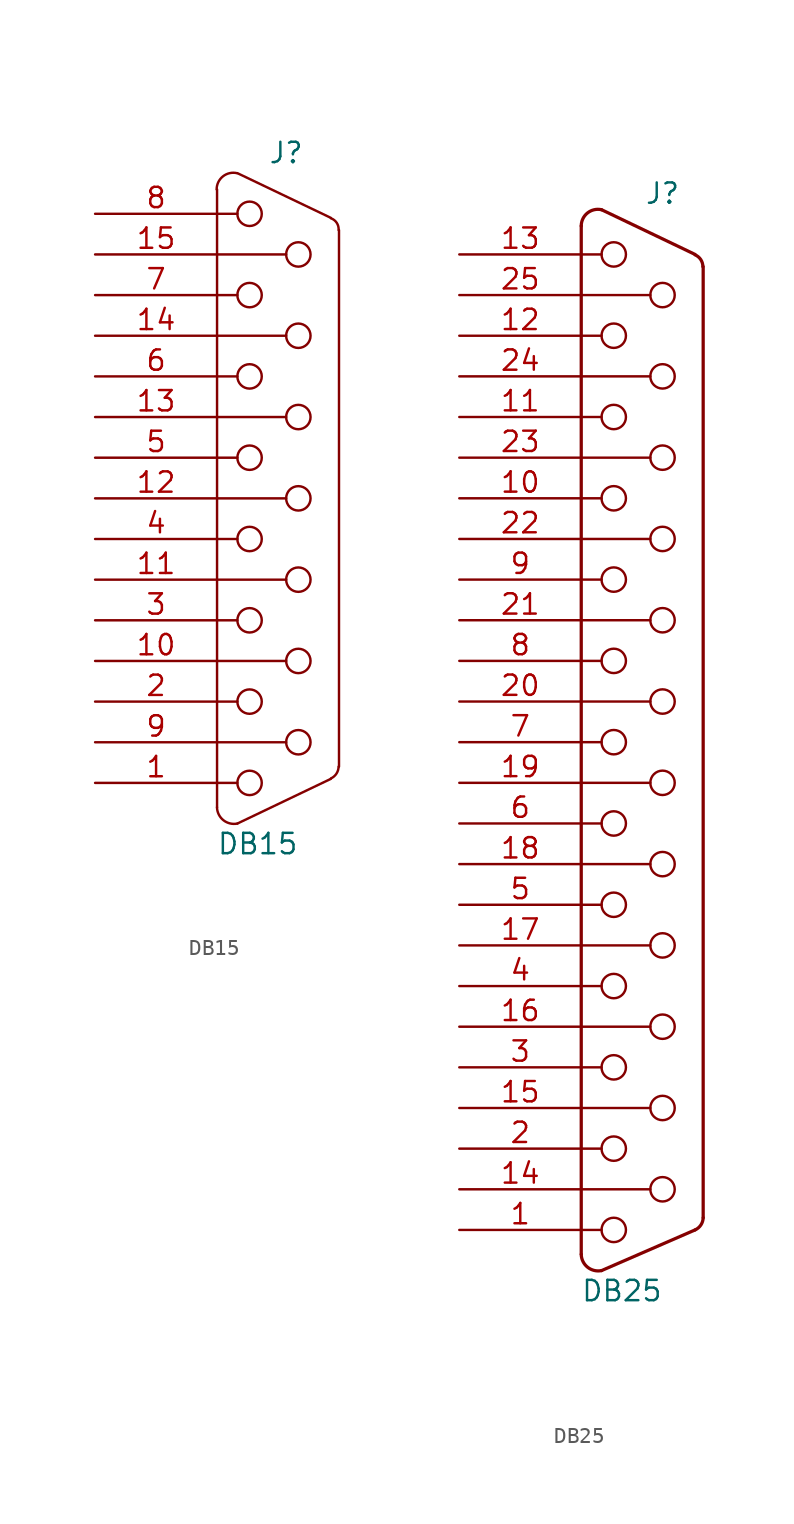
<source format=kicad_sym>
(kicad_symbol_lib
  (version 20231120)
  (generator "kicad_symbol_editor")
  (generator_version "8.0")
  (symbol "DB15"
    (pin_names
      (offset 1.016) hide)
    (property "Reference" "J"
      (at 0.508 21.59 0)
      (effects (font (size 1.27 1.27))))
    (property "Value" "DB15"
      (at -1.27 -21.59 0)
      (effects (font (size 1.27 1.27))))
    (property "Footprint" ""
      (at 0 0 0)
      (effects (font (size 1.27 1.27))))
    (property "Datasheet" ""
      (at 0 0 0)
      (effects (font (size 1.27 1.27))))
    (symbol "DB15_0_1"
      (arc (start -3.81 -19.304) (mid -3.4118 -20.1103) (end -2.54 -20.32) (stroke (width 0) (type solid)) (fill (type none)))
      (arc (start -2.5654 20.32) (mid -3.4446 20.1172) (end -3.8354 19.304) (stroke (width 0) (type solid)) (fill (type none)))
      (circle (center -1.778 -17.78) (radius 0.762) (stroke (width 0) (type solid)) (fill (type none)))
      (circle (center -1.778 -12.7) (radius 0.762) (stroke (width 0) (type solid)) (fill (type none)))
      (circle (center -1.778 -7.62) (radius 0.762) (stroke (width 0) (type solid)) (fill (type none)))
      (circle (center -1.778 -2.54) (radius 0.762) (stroke (width 0) (type solid)) (fill (type none)))
      (circle (center -1.778 2.54) (radius 0.762) (stroke (width 0) (type solid)) (fill (type none)))
      (circle (center -1.778 7.62) (radius 0.762) (stroke (width 0) (type solid)) (fill (type none)))
      (circle (center -1.778 12.7) (radius 0.762) (stroke (width 0) (type solid)) (fill (type none)))
      (circle (center -1.778 17.78) (radius 0.762) (stroke (width 0) (type solid)) (fill (type none)))
      (polyline (pts (xy -3.81 -19.304) (xy -3.81 19.304)) (stroke (width 0) (type solid)) (fill (type none)))
      (polyline (pts (xy -3.81 -17.78) (xy -2.54 -17.78)) (stroke (width 0) (type solid)) (fill (type none)))
      (polyline (pts (xy -3.81 -15.24) (xy 0.508 -15.24)) (stroke (width 0) (type solid)) (fill (type none)))
      (polyline (pts (xy -3.81 -12.7) (xy -2.54 -12.7)) (stroke (width 0) (type solid)) (fill (type none)))
      (polyline (pts (xy -3.81 -10.16) (xy 0.508 -10.16)) (stroke (width 0) (type solid)) (fill (type none)))
      (polyline (pts (xy -3.81 -7.62) (xy -2.54 -7.62)) (stroke (width 0) (type solid)) (fill (type none)))
      (polyline (pts (xy -3.81 -5.08) (xy 0.508 -5.08)) (stroke (width 0) (type solid)) (fill (type none)))
      (polyline (pts (xy -3.81 -2.54) (xy -2.54 -2.54)) (stroke (width 0) (type solid)) (fill (type none)))
      (polyline (pts (xy -3.81 0) (xy 0.508 0)) (stroke (width 0) (type solid)) (fill (type none)))
      (polyline (pts (xy -3.81 2.54) (xy -2.54 2.54)) (stroke (width 0) (type solid)) (fill (type none)))
      (polyline (pts (xy -3.81 5.08) (xy 0.508 5.08)) (stroke (width 0) (type solid)) (fill (type none)))
      (polyline (pts (xy -3.81 7.62) (xy -2.54 7.62)) (stroke (width 0) (type solid)) (fill (type none)))
      (polyline (pts (xy -3.81 10.16) (xy 0.508 10.16)) (stroke (width 0) (type solid)) (fill (type none)))
      (polyline (pts (xy -3.81 12.7) (xy -2.54 12.7)) (stroke (width 0) (type solid)) (fill (type none)))
      (polyline (pts (xy -3.81 15.24) (xy 0.508 15.24)) (stroke (width 0) (type solid)) (fill (type none)))
      (polyline (pts (xy -3.81 17.78) (xy -2.54 17.78)) (stroke (width 0) (type solid)) (fill (type none)))
      (polyline (pts (xy 3.302 -17.526) (xy -2.54 -20.32)) (stroke (width 0) (type solid)) (fill (type none)))
      (polyline (pts (xy 3.302 17.526) (xy -2.54 20.32)) (stroke (width 0) (type solid)) (fill (type none)))
      (polyline (pts (xy 3.81 -16.764) (xy 3.81 16.764)) (stroke (width 0) (type solid)) (fill (type none)))
      (circle (center 1.27 -15.24) (radius 0.762) (stroke (width 0) (type solid)) (fill (type none)))
      (circle (center 1.27 -10.16) (radius 0.762) (stroke (width 0) (type solid)) (fill (type none)))
      (circle (center 1.27 -5.08) (radius 0.762) (stroke (width 0) (type solid)) (fill (type none)))
      (circle (center 1.27 0) (radius 0.762) (stroke (width 0) (type solid)) (fill (type none)))
      (circle (center 1.27 5.08) (radius 0.762) (stroke (width 0) (type solid)) (fill (type none)))
      (circle (center 1.27 10.16) (radius 0.762) (stroke (width 0) (type solid)) (fill (type none)))
      (circle (center 1.27 15.24) (radius 0.762) (stroke (width 0) (type solid)) (fill (type none)))
      (arc (start 3.302 -17.5006) (mid 3.6494 -17.2028) (end 3.7846 -16.764) (stroke (width 0) (type solid)) (fill (type none)))
      (arc (start 3.7846 16.764) (mid 3.6682 17.2155) (end 3.302 17.5006) (stroke (width 0) (type solid)) (fill (type none))))
    (symbol "DB15_1_1"
      (pin passive line (at -11.43 -17.78 0) (length 7.62) (name "1" (effects (font (size 1.27 1.27)))) (number "1" (effects (font (size 1.27 1.27)))))
      (pin passive line (at -11.43 -10.16 0) (length 7.62) (name "P10" (effects (font (size 1.27 1.27)))) (number "10" (effects (font (size 1.27 1.27)))))
      (pin passive line (at -11.43 -5.08 0) (length 7.62) (name "P111" (effects (font (size 1.27 1.27)))) (number "11" (effects (font (size 1.27 1.27)))))
      (pin passive line (at -11.43 0 0) (length 7.62) (name "P12" (effects (font (size 1.27 1.27)))) (number "12" (effects (font (size 1.27 1.27)))))
      (pin passive line (at -11.43 5.08 0) (length 7.62) (name "P13" (effects (font (size 1.27 1.27)))) (number "13" (effects (font (size 1.27 1.27)))))
      (pin passive line (at -11.43 10.16 0) (length 7.62) (name "P14" (effects (font (size 1.27 1.27)))) (number "14" (effects (font (size 1.27 1.27)))))
      (pin passive line (at -11.43 15.24 0) (length 7.62) (name "P15" (effects (font (size 1.27 1.27)))) (number "15" (effects (font (size 1.27 1.27)))))
      (pin passive line (at -11.43 -12.7 0) (length 7.62) (name "2" (effects (font (size 1.27 1.27)))) (number "2" (effects (font (size 1.27 1.27)))))
      (pin passive line (at -11.43 -7.62 0) (length 7.62) (name "3" (effects (font (size 1.27 1.27)))) (number "3" (effects (font (size 1.27 1.27)))))
      (pin passive line (at -11.43 -2.54 0) (length 7.62) (name "4" (effects (font (size 1.27 1.27)))) (number "4" (effects (font (size 1.27 1.27)))))
      (pin passive line (at -11.43 2.54 0) (length 7.62) (name "5" (effects (font (size 1.27 1.27)))) (number "5" (effects (font (size 1.27 1.27)))))
      (pin passive line (at -11.43 7.62 0) (length 7.62) (name "6" (effects (font (size 1.27 1.27)))) (number "6" (effects (font (size 1.27 1.27)))))
      (pin passive line (at -11.43 12.7 0) (length 7.62) (name "7" (effects (font (size 1.27 1.27)))) (number "7" (effects (font (size 1.27 1.27)))))
      (pin passive line (at -11.43 17.78 0) (length 7.62) (name "8" (effects (font (size 1.27 1.27)))) (number "8" (effects (font (size 1.27 1.27)))))
      (pin passive line (at -11.43 -15.24 0) (length 7.62) (name "P9" (effects (font (size 1.27 1.27)))) (number "9" (effects (font (size 1.27 1.27)))))))
  (symbol "DB25"
    (pin_names
      (offset 1.016) hide)
    (property "Reference" "J"
      (at 1.27 34.29 0)
      (effects (font (size 1.27 1.27))))
    (property "Value" "DB25"
      (at -1.27 -34.29 0)
      (effects (font (size 1.27 1.27))))
    (property "Footprint" ""
      (at 0 0 0)
      (effects (font (size 1.27 1.27))))
    (property "Datasheet" ""
      (at 0 0 0)
      (effects (font (size 1.27 1.27))))
    (symbol "DB25_0_1"
      (arc (start -3.81 -32.004) (mid -3.4118 -32.8103) (end -2.54 -33.02) (stroke (width 0.2032) (type solid)) (fill (type none)))
      (arc (start -2.54 33.274) (mid -3.4192 33.0712) (end -3.81 32.258) (stroke (width 0.2032) (type solid)) (fill (type none)))
      (circle (center -1.778 -30.48) (radius 0.762) (stroke (width 0) (type solid)) (fill (type none)))
      (circle (center -1.778 -25.4) (radius 0.762) (stroke (width 0) (type solid)) (fill (type none)))
      (circle (center -1.778 -20.32) (radius 0.762) (stroke (width 0) (type solid)) (fill (type none)))
      (circle (center -1.778 -15.24) (radius 0.762) (stroke (width 0) (type solid)) (fill (type none)))
      (circle (center -1.778 -10.16) (radius 0.762) (stroke (width 0) (type solid)) (fill (type none)))
      (circle (center -1.778 -5.08) (radius 0.762) (stroke (width 0) (type solid)) (fill (type none)))
      (circle (center -1.778 0) (radius 0.762) (stroke (width 0) (type solid)) (fill (type none)))
      (circle (center -1.778 5.08) (radius 0.762) (stroke (width 0) (type solid)) (fill (type none)))
      (circle (center -1.778 10.16) (radius 0.762) (stroke (width 0) (type solid)) (fill (type none)))
      (circle (center -1.778 15.24) (radius 0.762) (stroke (width 0) (type solid)) (fill (type none)))
      (circle (center -1.778 20.32) (radius 0.762) (stroke (width 0) (type solid)) (fill (type none)))
      (circle (center -1.778 25.4) (radius 0.762) (stroke (width 0) (type solid)) (fill (type none)))
      (circle (center -1.778 30.48) (radius 0.762) (stroke (width 0) (type solid)) (fill (type none)))
      (polyline (pts (xy -3.81 -32.004) (xy -3.81 32.258)) (stroke (width 0.203) (type solid)) (fill (type none)))
      (polyline (pts (xy -3.81 -30.48) (xy -2.54 -30.48)) (stroke (width 0) (type solid)) (fill (type none)))
      (polyline (pts (xy -3.81 -27.94) (xy 0.508 -27.94)) (stroke (width 0) (type solid)) (fill (type none)))
      (polyline (pts (xy -3.81 -25.4) (xy -2.54 -25.4)) (stroke (width 0) (type solid)) (fill (type none)))
      (polyline (pts (xy -3.81 -22.86) (xy 0.508 -22.86)) (stroke (width 0) (type solid)) (fill (type none)))
      (polyline (pts (xy -3.81 -20.32) (xy -2.54 -20.32)) (stroke (width 0) (type solid)) (fill (type none)))
      (polyline (pts (xy -3.81 -17.78) (xy 0.508 -17.78)) (stroke (width 0) (type solid)) (fill (type none)))
      (polyline (pts (xy -3.81 -15.24) (xy -2.54 -15.24)) (stroke (width 0) (type solid)) (fill (type none)))
      (polyline (pts (xy -3.81 -12.7) (xy 0.508 -12.7)) (stroke (width 0) (type solid)) (fill (type none)))
      (polyline (pts (xy -3.81 -10.16) (xy -2.54 -10.16)) (stroke (width 0) (type solid)) (fill (type none)))
      (polyline (pts (xy -3.81 -7.62) (xy 0.508 -7.62)) (stroke (width 0) (type solid)) (fill (type none)))
      (polyline (pts (xy -3.81 -5.08) (xy -2.54 -5.08)) (stroke (width 0) (type solid)) (fill (type none)))
      (polyline (pts (xy -3.81 -2.54) (xy 0.508 -2.54)) (stroke (width 0) (type solid)) (fill (type none)))
      (polyline (pts (xy -3.81 0) (xy -2.54 0)) (stroke (width 0) (type solid)) (fill (type none)))
      (polyline (pts (xy -3.81 2.54) (xy 0.508 2.54)) (stroke (width 0) (type solid)) (fill (type none)))
      (polyline (pts (xy -3.81 5.08) (xy -2.54 5.08)) (stroke (width 0) (type solid)) (fill (type none)))
      (polyline (pts (xy -3.81 7.62) (xy 0.508 7.62)) (stroke (width 0) (type solid)) (fill (type none)))
      (polyline (pts (xy -3.81 10.16) (xy -2.54 10.16)) (stroke (width 0) (type solid)) (fill (type none)))
      (polyline (pts (xy -3.81 12.7) (xy 0.508 12.7)) (stroke (width 0) (type solid)) (fill (type none)))
      (polyline (pts (xy -3.81 15.24) (xy -2.54 15.24)) (stroke (width 0) (type solid)) (fill (type none)))
      (polyline (pts (xy -3.81 17.78) (xy 0.508 17.78)) (stroke (width 0) (type solid)) (fill (type none)))
      (polyline (pts (xy -3.81 20.32) (xy -2.54 20.32)) (stroke (width 0) (type solid)) (fill (type none)))
      (polyline (pts (xy -3.81 22.86) (xy 0.508 22.86)) (stroke (width 0) (type solid)) (fill (type none)))
      (polyline (pts (xy -3.81 25.4) (xy -2.54 25.4)) (stroke (width 0) (type solid)) (fill (type none)))
      (polyline (pts (xy -3.81 27.94) (xy 0.508 27.94)) (stroke (width 0) (type solid)) (fill (type none)))
      (polyline (pts (xy -3.81 30.48) (xy -2.54 30.48)) (stroke (width 0) (type solid)) (fill (type none)))
      (polyline (pts (xy -2.54 -33.02) (xy 3.302 -30.48)) (stroke (width 0.203) (type solid)) (fill (type none)))
      (polyline (pts (xy 3.302 30.48) (xy -2.54 33.274)) (stroke (width 0.203) (type solid)) (fill (type none)))
      (polyline (pts (xy 3.81 -29.718) (xy 3.81 29.718)) (stroke (width 0.203) (type solid)) (fill (type none)))
      (circle (center 1.27 -27.94) (radius 0.762) (stroke (width 0) (type solid)) (fill (type none)))
      (circle (center 1.27 -22.86) (radius 0.762) (stroke (width 0) (type solid)) (fill (type none)))
      (circle (center 1.27 -17.78) (radius 0.762) (stroke (width 0) (type solid)) (fill (type none)))
      (circle (center 1.27 -12.7) (radius 0.762) (stroke (width 0) (type solid)) (fill (type none)))
      (circle (center 1.27 -7.62) (radius 0.762) (stroke (width 0) (type solid)) (fill (type none)))
      (circle (center 1.27 -2.54) (radius 0.762) (stroke (width 0) (type solid)) (fill (type none)))
      (circle (center 1.27 2.54) (radius 0.762) (stroke (width 0) (type solid)) (fill (type none)))
      (circle (center 1.27 7.62) (radius 0.762) (stroke (width 0) (type solid)) (fill (type none)))
      (circle (center 1.27 12.7) (radius 0.762) (stroke (width 0) (type solid)) (fill (type none)))
      (circle (center 1.27 17.78) (radius 0.762) (stroke (width 0) (type solid)) (fill (type none)))
      (circle (center 1.27 22.86) (radius 0.762) (stroke (width 0) (type solid)) (fill (type none)))
      (circle (center 1.27 27.94) (radius 0.762) (stroke (width 0) (type solid)) (fill (type none)))
      (arc (start 3.302 -30.48) (mid 3.6653 -30.1718) (end 3.81 -29.718) (stroke (width 0.2032) (type solid)) (fill (type none)))
      (arc (start 3.7846 29.718) (mid 3.654 30.1598) (end 3.302 30.4546) (stroke (width 0.2032) (type solid)) (fill (type none))))
    (symbol "DB25_1_1"
      (pin passive line (at -11.43 -30.48 0) (length 7.62) (name "1" (effects (font (size 1.27 1.27)))) (number "1" (effects (font (size 1.27 1.27)))))
      (pin passive line (at -11.43 15.24 0) (length 7.62) (name "10" (effects (font (size 1.27 1.27)))) (number "10" (effects (font (size 1.27 1.27)))))
      (pin passive line (at -11.43 20.32 0) (length 7.62) (name "11" (effects (font (size 1.27 1.27)))) (number "11" (effects (font (size 1.27 1.27)))))
      (pin passive line (at -11.43 25.4 0) (length 7.62) (name "12" (effects (font (size 1.27 1.27)))) (number "12" (effects (font (size 1.27 1.27)))))
      (pin passive line (at -11.43 30.48 0) (length 7.62) (name "13" (effects (font (size 1.27 1.27)))) (number "13" (effects (font (size 1.27 1.27)))))
      (pin passive line (at -11.43 -27.94 0) (length 7.62) (name "P14" (effects (font (size 1.27 1.27)))) (number "14" (effects (font (size 1.27 1.27)))))
      (pin passive line (at -11.43 -22.86 0) (length 7.62) (name "P15" (effects (font (size 1.27 1.27)))) (number "15" (effects (font (size 1.27 1.27)))))
      (pin passive line (at -11.43 -17.78 0) (length 7.62) (name "P16" (effects (font (size 1.27 1.27)))) (number "16" (effects (font (size 1.27 1.27)))))
      (pin passive line (at -11.43 -12.7 0) (length 7.62) (name "P17" (effects (font (size 1.27 1.27)))) (number "17" (effects (font (size 1.27 1.27)))))
      (pin passive line (at -11.43 -7.62 0) (length 7.62) (name "P18" (effects (font (size 1.27 1.27)))) (number "18" (effects (font (size 1.27 1.27)))))
      (pin passive line (at -11.43 -2.54 0) (length 7.62) (name "P19" (effects (font (size 1.27 1.27)))) (number "19" (effects (font (size 1.27 1.27)))))
      (pin passive line (at -11.43 -25.4 0) (length 7.62) (name "2" (effects (font (size 1.27 1.27)))) (number "2" (effects (font (size 1.27 1.27)))))
      (pin passive line (at -11.43 2.54 0) (length 7.62) (name "P20" (effects (font (size 1.27 1.27)))) (number "20" (effects (font (size 1.27 1.27)))))
      (pin passive line (at -11.43 7.62 0) (length 7.62) (name "P21" (effects (font (size 1.27 1.27)))) (number "21" (effects (font (size 1.27 1.27)))))
      (pin passive line (at -11.43 12.7 0) (length 7.62) (name "P22" (effects (font (size 1.27 1.27)))) (number "22" (effects (font (size 1.27 1.27)))))
      (pin passive line (at -11.43 17.78 0) (length 7.62) (name "P23" (effects (font (size 1.27 1.27)))) (number "23" (effects (font (size 1.27 1.27)))))
      (pin passive line (at -11.43 22.86 0) (length 7.62) (name "P24" (effects (font (size 1.27 1.27)))) (number "24" (effects (font (size 1.27 1.27)))))
      (pin passive line (at -11.43 27.94 0) (length 7.62) (name "P25" (effects (font (size 1.27 1.27)))) (number "25" (effects (font (size 1.27 1.27)))))
      (pin passive line (at -11.43 -20.32 0) (length 7.62) (name "3" (effects (font (size 1.27 1.27)))) (number "3" (effects (font (size 1.27 1.27)))))
      (pin passive line (at -11.43 -15.24 0) (length 7.62) (name "4" (effects (font (size 1.27 1.27)))) (number "4" (effects (font (size 1.27 1.27)))))
      (pin passive line (at -11.43 -10.16 0) (length 7.62) (name "5" (effects (font (size 1.27 1.27)))) (number "5" (effects (font (size 1.27 1.27)))))
      (pin passive line (at -11.43 -5.08 0) (length 7.62) (name "6" (effects (font (size 1.27 1.27)))) (number "6" (effects (font (size 1.27 1.27)))))
      (pin passive line (at -11.43 0 0) (length 7.62) (name "7" (effects (font (size 1.27 1.27)))) (number "7" (effects (font (size 1.27 1.27)))))
      (pin passive line (at -11.43 5.08 0) (length 7.62) (name "8" (effects (font (size 1.27 1.27)))) (number "8" (effects (font (size 1.27 1.27)))))
      (pin passive line (at -11.43 10.16 0) (length 7.62) (name "9" (effects (font (size 1.27 1.27)))) (number "9" (effects (font (size 1.27 1.27))))))))
</source>
